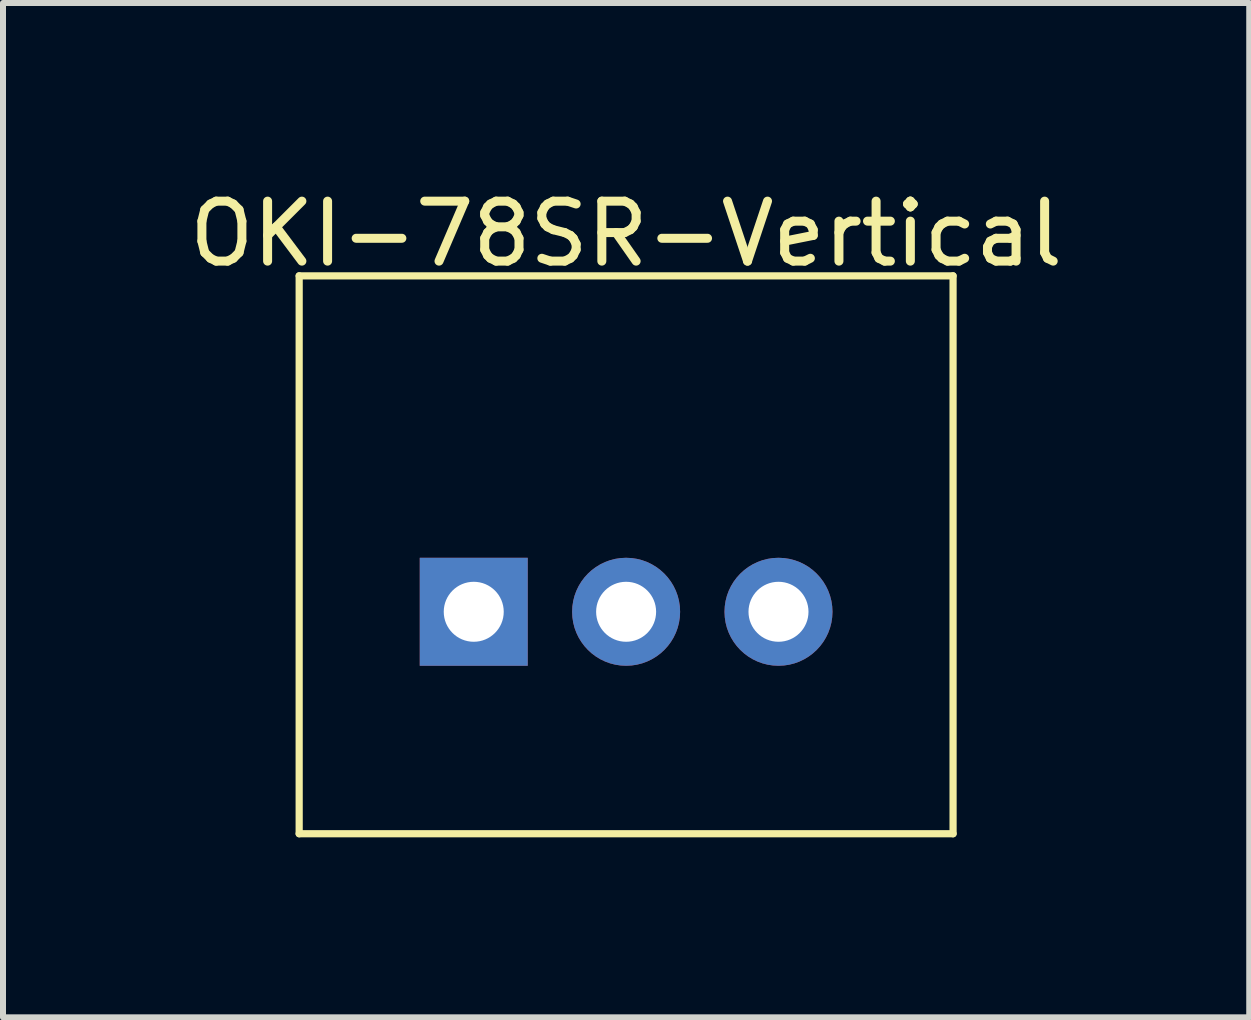
<source format=kicad_pcb>
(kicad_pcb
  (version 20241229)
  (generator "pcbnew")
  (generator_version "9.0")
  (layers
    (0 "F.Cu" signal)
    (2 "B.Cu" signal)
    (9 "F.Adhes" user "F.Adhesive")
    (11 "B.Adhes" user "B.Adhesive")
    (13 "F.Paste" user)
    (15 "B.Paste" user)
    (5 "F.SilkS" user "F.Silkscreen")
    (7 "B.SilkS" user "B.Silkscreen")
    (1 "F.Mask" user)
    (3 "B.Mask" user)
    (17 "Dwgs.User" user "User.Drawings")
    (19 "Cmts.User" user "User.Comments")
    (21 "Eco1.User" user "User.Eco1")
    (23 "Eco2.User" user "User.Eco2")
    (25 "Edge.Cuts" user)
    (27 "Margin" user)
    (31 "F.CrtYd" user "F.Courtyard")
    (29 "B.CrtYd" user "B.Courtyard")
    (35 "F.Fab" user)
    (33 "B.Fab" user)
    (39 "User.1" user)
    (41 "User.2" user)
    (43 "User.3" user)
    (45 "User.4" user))
  (footprint "OKI-78SR-Vertical"
    (layer "F.Cu")
    (at 7.387 7.148)
    (property "Reference" "OKI-78SR-Vertical" (at 0 -6.3 0) (layer "F.SilkS") (effects (font (size 1 1) (thickness 0.15))))
    (attr through_hole)
    (fp_line (start -5.45 -5.6) (end -5.45 3.7) (stroke (width 0.12) (type solid)) (layer "F.SilkS"))
    (fp_line (start -5.45 -5.6) (end 5.45 -5.6) (stroke (width 0.12) (type solid)) (layer "F.SilkS"))
    (fp_line (start -5.45 3.7) (end 5.45 3.7) (stroke (width 0.12) (type solid)) (layer "F.SilkS"))
    (fp_line (start 5.45 -5.6) (end 5.45 3.7) (stroke (width 0.12) (type solid)) (layer "F.SilkS"))
    (pad "1" thru_hole rect (at -2.54 0) (size 1.8 1.8) (drill 1) (layers "*.Cu" "*.Mask"))
    (pad "2" thru_hole oval (at 0 0) (size 1.8 1.8) (drill 1) (layers "*.Cu" "*.Mask"))
    (pad "3" thru_hole oval (at 2.54 0) (size 1.8 1.8) (drill 1) (layers "*.Cu" "*.Mask")))
  (gr_rect
    (start -3 -3)
    (end 17.774 13.908)
    (stroke (width 0.1) (type default))
    (fill no)
    (layer "Edge.Cuts")))
</source>
